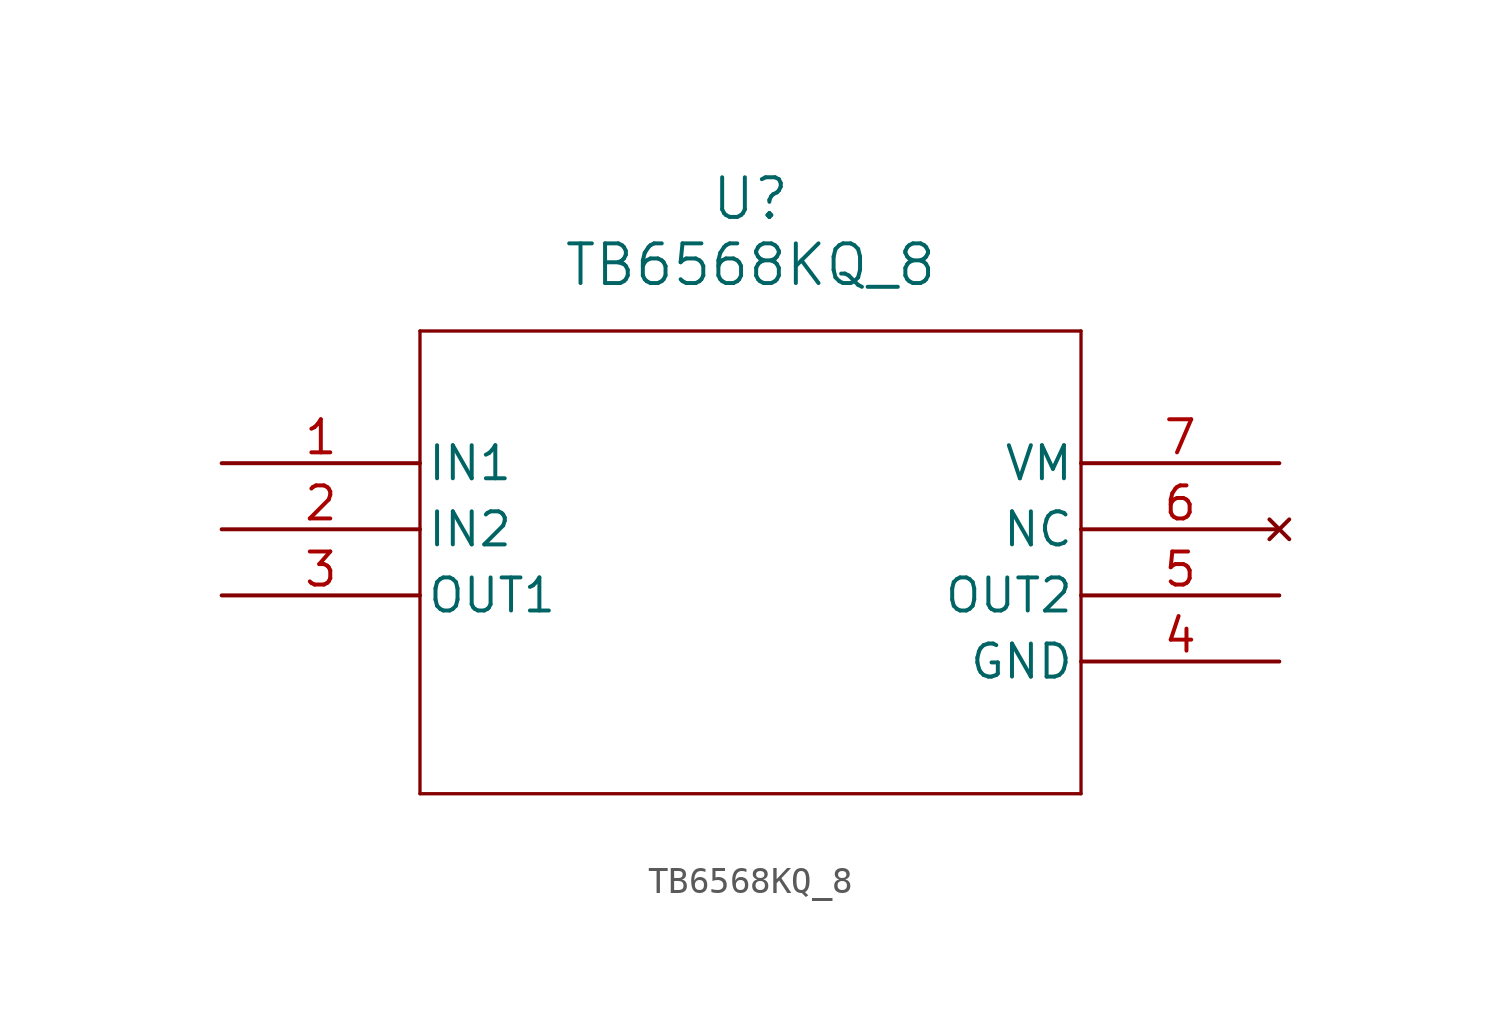
<source format=kicad_sym>
(kicad_symbol_lib
  (version 20220914)
  (generator kicad_symbol_editor)
  (symbol "TB6568KQ_8"
    (pin_names
      (offset 0.254))
    (property "Reference" "U"
      (at 20.32 10.16 0)
      (effects (font (size 1.524 1.524))))
    (property "Value" "TB6568KQ_8"
      (at 20.32 7.62 0)
      (effects (font (size 1.524 1.524))))
    (property "ki_locked" ""
      (at 0 0 0)
      (effects (font (size 1.27 1.27))))
    (symbol "TB6568KQ_8_0_1"
      (polyline (pts (xy 7.62 -12.7) (xy 33.02 -12.7)) (stroke (width 0.127) (type default)) (fill (type none)))
      (polyline (pts (xy 7.62 5.08) (xy 7.62 -12.7)) (stroke (width 0.127) (type default)) (fill (type none)))
      (polyline (pts (xy 33.02 -12.7) (xy 33.02 5.08)) (stroke (width 0.127) (type default)) (fill (type none)))
      (polyline (pts (xy 33.02 5.08) (xy 7.62 5.08)) (stroke (width 0.127) (type default)) (fill (type none)))
      (pin input line (at 0 0 0) (length 7.62) (name "IN1" (effects (font (size 1.27 1.27)))) (number "1" (effects (font (size 1.27 1.27)))))
      (pin input line (at 0 -2.54 0) (length 7.62) (name "IN2" (effects (font (size 1.27 1.27)))) (number "2" (effects (font (size 1.27 1.27)))))
      (pin output line (at 0 -5.08 0) (length 7.62) (name "OUT1" (effects (font (size 1.27 1.27)))) (number "3" (effects (font (size 1.27 1.27)))))
      (pin output line (at 40.64 -5.08 180) (length 7.62) (name "OUT2" (effects (font (size 1.27 1.27)))) (number "5" (effects (font (size 1.27 1.27)))))
      (pin no_connect line (at 40.64 -2.54 180) (length 7.62) (name "NC" (effects (font (size 1.27 1.27)))) (number "6" (effects (font (size 1.27 1.27)))))
      (pin power_in line (at 40.64 0 180) (length 7.62) (name "VM" (effects (font (size 1.27 1.27)))) (number "7" (effects (font (size 1.27 1.27))))))
    (symbol "TB6568KQ_8_1_1"
      (pin power_in line (at 40.64 -7.62 180) (length 7.62) (name "GND" (effects (font (size 1.27 1.27)))) (number "4" (effects (font (size 1.27 1.27))))))))
</source>
